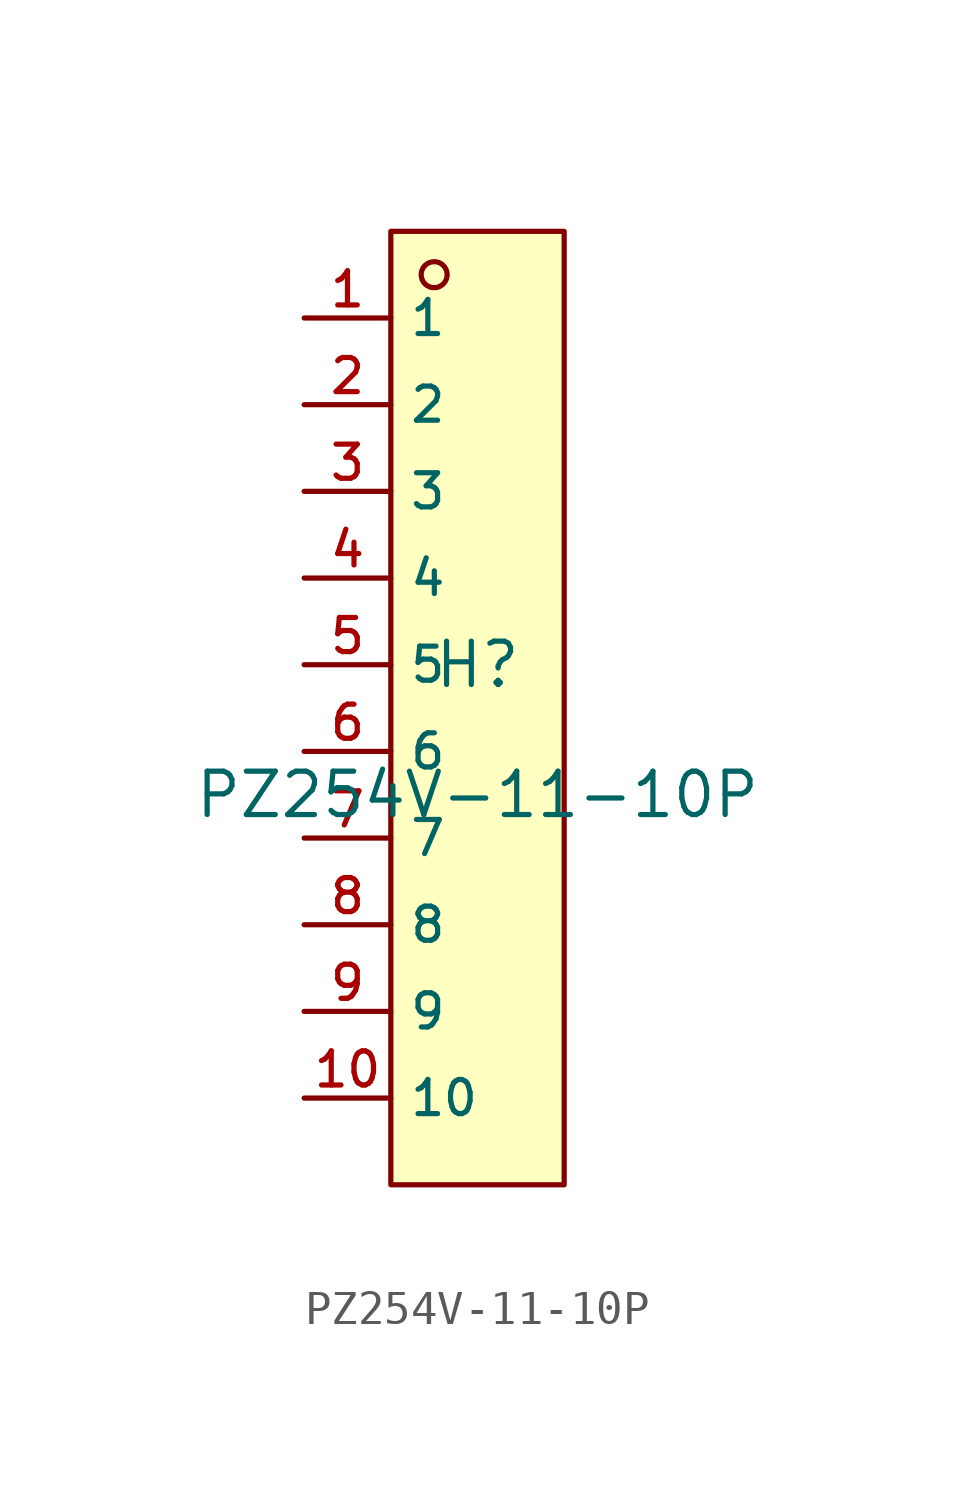
<source format=kicad_sym>
(kicad_symbol_lib
  (version 20210201)
  (generator TousstNicolas/JLC2KiCad_lib)
  (symbol "PZ254V-11-10P"
    (property "Reference" "H"
      (at 0 1.27 0)
      (effects (font (size 1.27 1.27))))
    (property "Value" "PZ254V-11-10P"
      (at 0 -2.54 0)
      (effects (font (size 1.27 1.27))))
    (symbol "PZ254V-11-10P_0_1"
      (rectangle (start -2.54 13.97) (end 2.54 -13.97) (stroke (width 0) (type default) (color 0 0 0 0)) (fill (type background)))
      (circle (center -1.27 12.7) (radius 0.381) (stroke (width 0) (type default) (color 0 0 0 0)) (fill (type background)))
      (pin unspecified line (at -5.08 11.43 0) (length 2.54) (name "1" (effects (font (size 1 1)))) (number "1" (effects (font (size 1 1)))))
      (pin unspecified line (at -5.08 8.89 0) (length 2.54) (name "2" (effects (font (size 1 1)))) (number "2" (effects (font (size 1 1)))))
      (pin unspecified line (at -5.08 6.35 0) (length 2.54) (name "3" (effects (font (size 1 1)))) (number "3" (effects (font (size 1 1)))))
      (pin unspecified line (at -5.08 3.81 0) (length 2.54) (name "4" (effects (font (size 1 1)))) (number "4" (effects (font (size 1 1)))))
      (pin unspecified line (at -5.08 1.27 0) (length 2.54) (name "5" (effects (font (size 1 1)))) (number "5" (effects (font (size 1 1)))))
      (pin unspecified line (at -5.08 -1.27 0) (length 2.54) (name "6" (effects (font (size 1 1)))) (number "6" (effects (font (size 1 1)))))
      (pin unspecified line (at -5.08 -3.81 0) (length 2.54) (name "7" (effects (font (size 1 1)))) (number "7" (effects (font (size 1 1)))))
      (pin unspecified line (at -5.08 -6.35 0) (length 2.54) (name "8" (effects (font (size 1 1)))) (number "8" (effects (font (size 1 1)))))
      (pin unspecified line (at -5.08 -8.89 0) (length 2.54) (name "9" (effects (font (size 1 1)))) (number "9" (effects (font (size 1 1)))))
      (pin unspecified line (at -5.08 -11.43 0) (length 2.54) (name "10" (effects (font (size 1 1)))) (number "10" (effects (font (size 1 1))))))))
</source>
